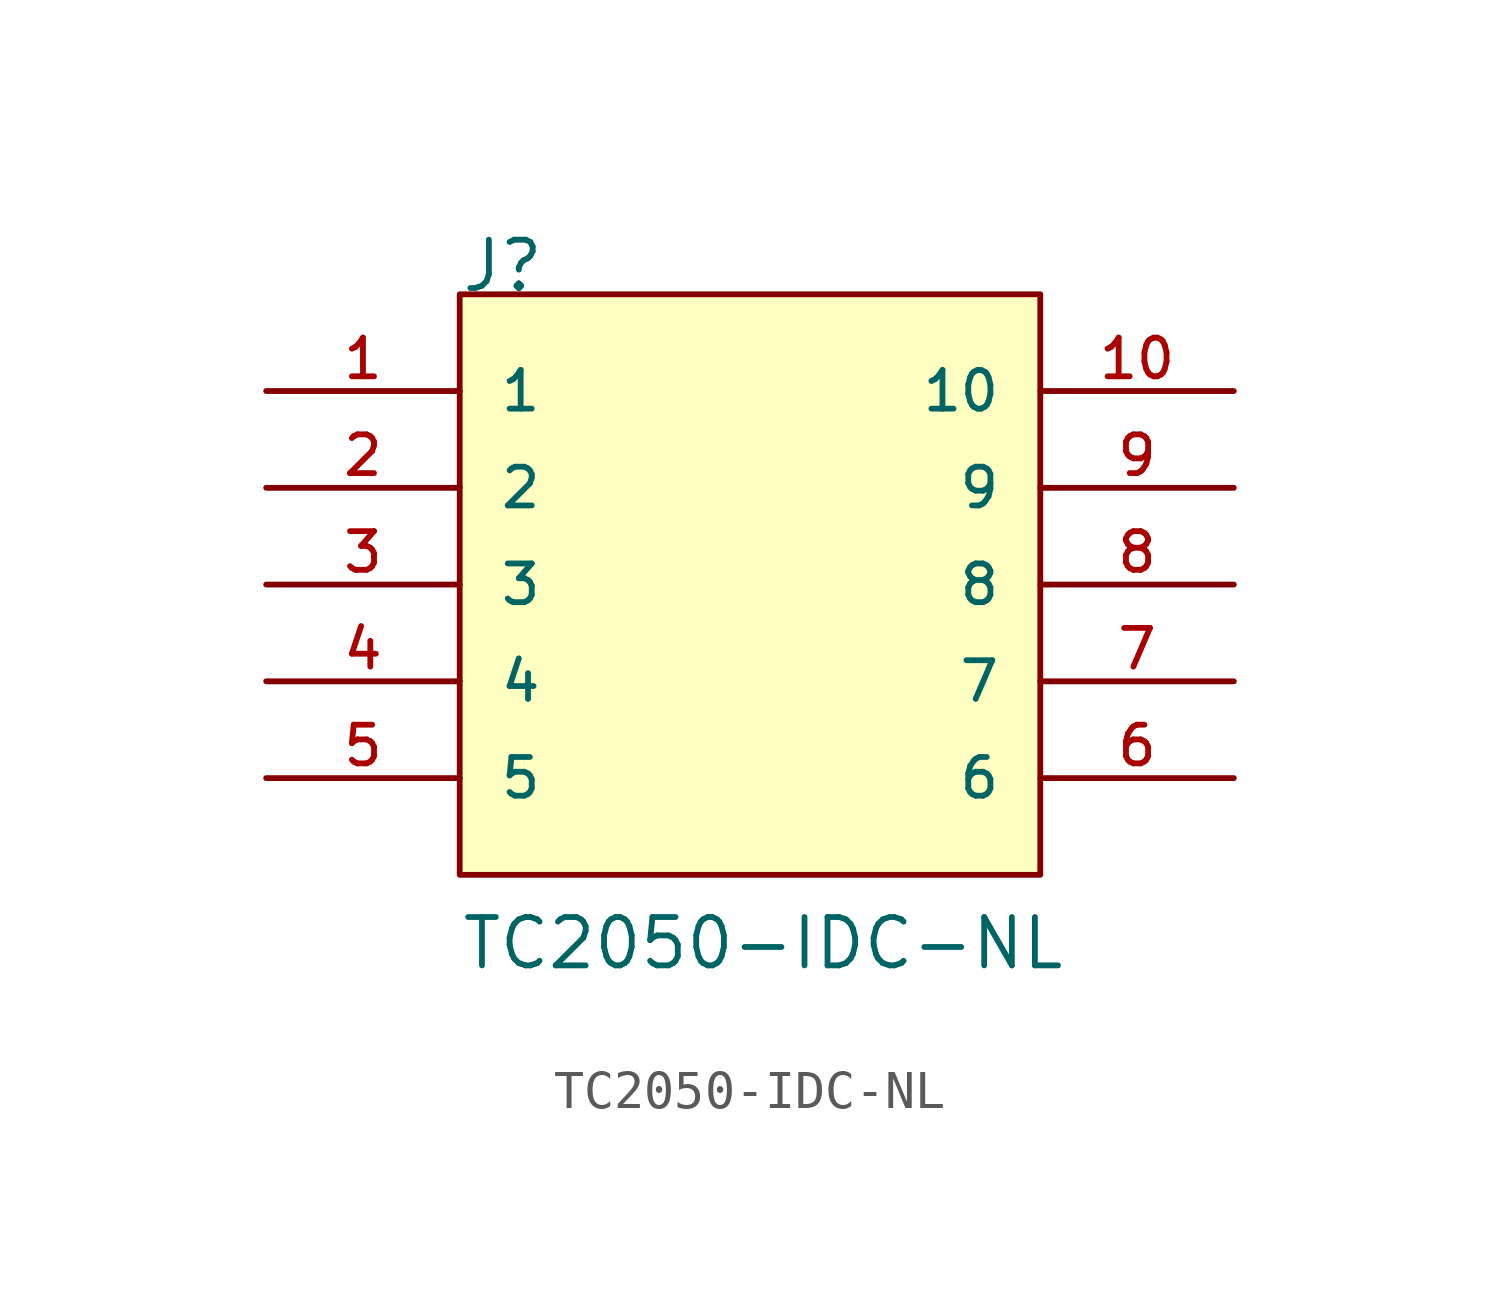
<source format=kicad_sym>
(kicad_symbol_lib
  (version 20231120)
  (generator "kicad_symbol_editor")
  (generator_version "8.0")
  (symbol "TC2050-IDC-NL"
    (pin_names
      (offset 1.016))
    (property "Reference" "J"
      (at -7.62 7.62 0)
      (effects (font (size 1.27 1.27)) (justify left bottom)))
    (property "Value" "TC2050-IDC-NL"
      (at -7.62 -10.16 0)
      (effects (font (size 1.27 1.27)) (justify left bottom)))
    (symbol "TC2050-IDC-NL_0_0"
      (rectangle (start -7.62 -7.62) (end 7.62 7.62) (stroke (width 0.152) (type default)) (fill (type background)))
      (pin passive line (at -12.7 5.08 0) (length 5.08) (name "1" (effects (font (size 1.016 1.016)))) (number "1" (effects (font (size 1.016 1.016)))))
      (pin passive line (at 12.7 5.08 180) (length 5.08) (name "10" (effects (font (size 1.016 1.016)))) (number "10" (effects (font (size 1.016 1.016)))))
      (pin passive line (at -12.7 2.54 0) (length 5.08) (name "2" (effects (font (size 1.016 1.016)))) (number "2" (effects (font (size 1.016 1.016)))))
      (pin passive line (at -12.7 0 0) (length 5.08) (name "3" (effects (font (size 1.016 1.016)))) (number "3" (effects (font (size 1.016 1.016)))))
      (pin passive line (at -12.7 -2.54 0) (length 5.08) (name "4" (effects (font (size 1.016 1.016)))) (number "4" (effects (font (size 1.016 1.016)))))
      (pin passive line (at -12.7 -5.08 0) (length 5.08) (name "5" (effects (font (size 1.016 1.016)))) (number "5" (effects (font (size 1.016 1.016)))))
      (pin passive line (at 12.7 -5.08 180) (length 5.08) (name "6" (effects (font (size 1.016 1.016)))) (number "6" (effects (font (size 1.016 1.016)))))
      (pin passive line (at 12.7 -2.54 180) (length 5.08) (name "7" (effects (font (size 1.016 1.016)))) (number "7" (effects (font (size 1.016 1.016)))))
      (pin passive line (at 12.7 0 180) (length 5.08) (name "8" (effects (font (size 1.016 1.016)))) (number "8" (effects (font (size 1.016 1.016)))))
      (pin passive line (at 12.7 2.54 180) (length 5.08) (name "9" (effects (font (size 1.016 1.016)))) (number "9" (effects (font (size 1.016 1.016))))))))
</source>
